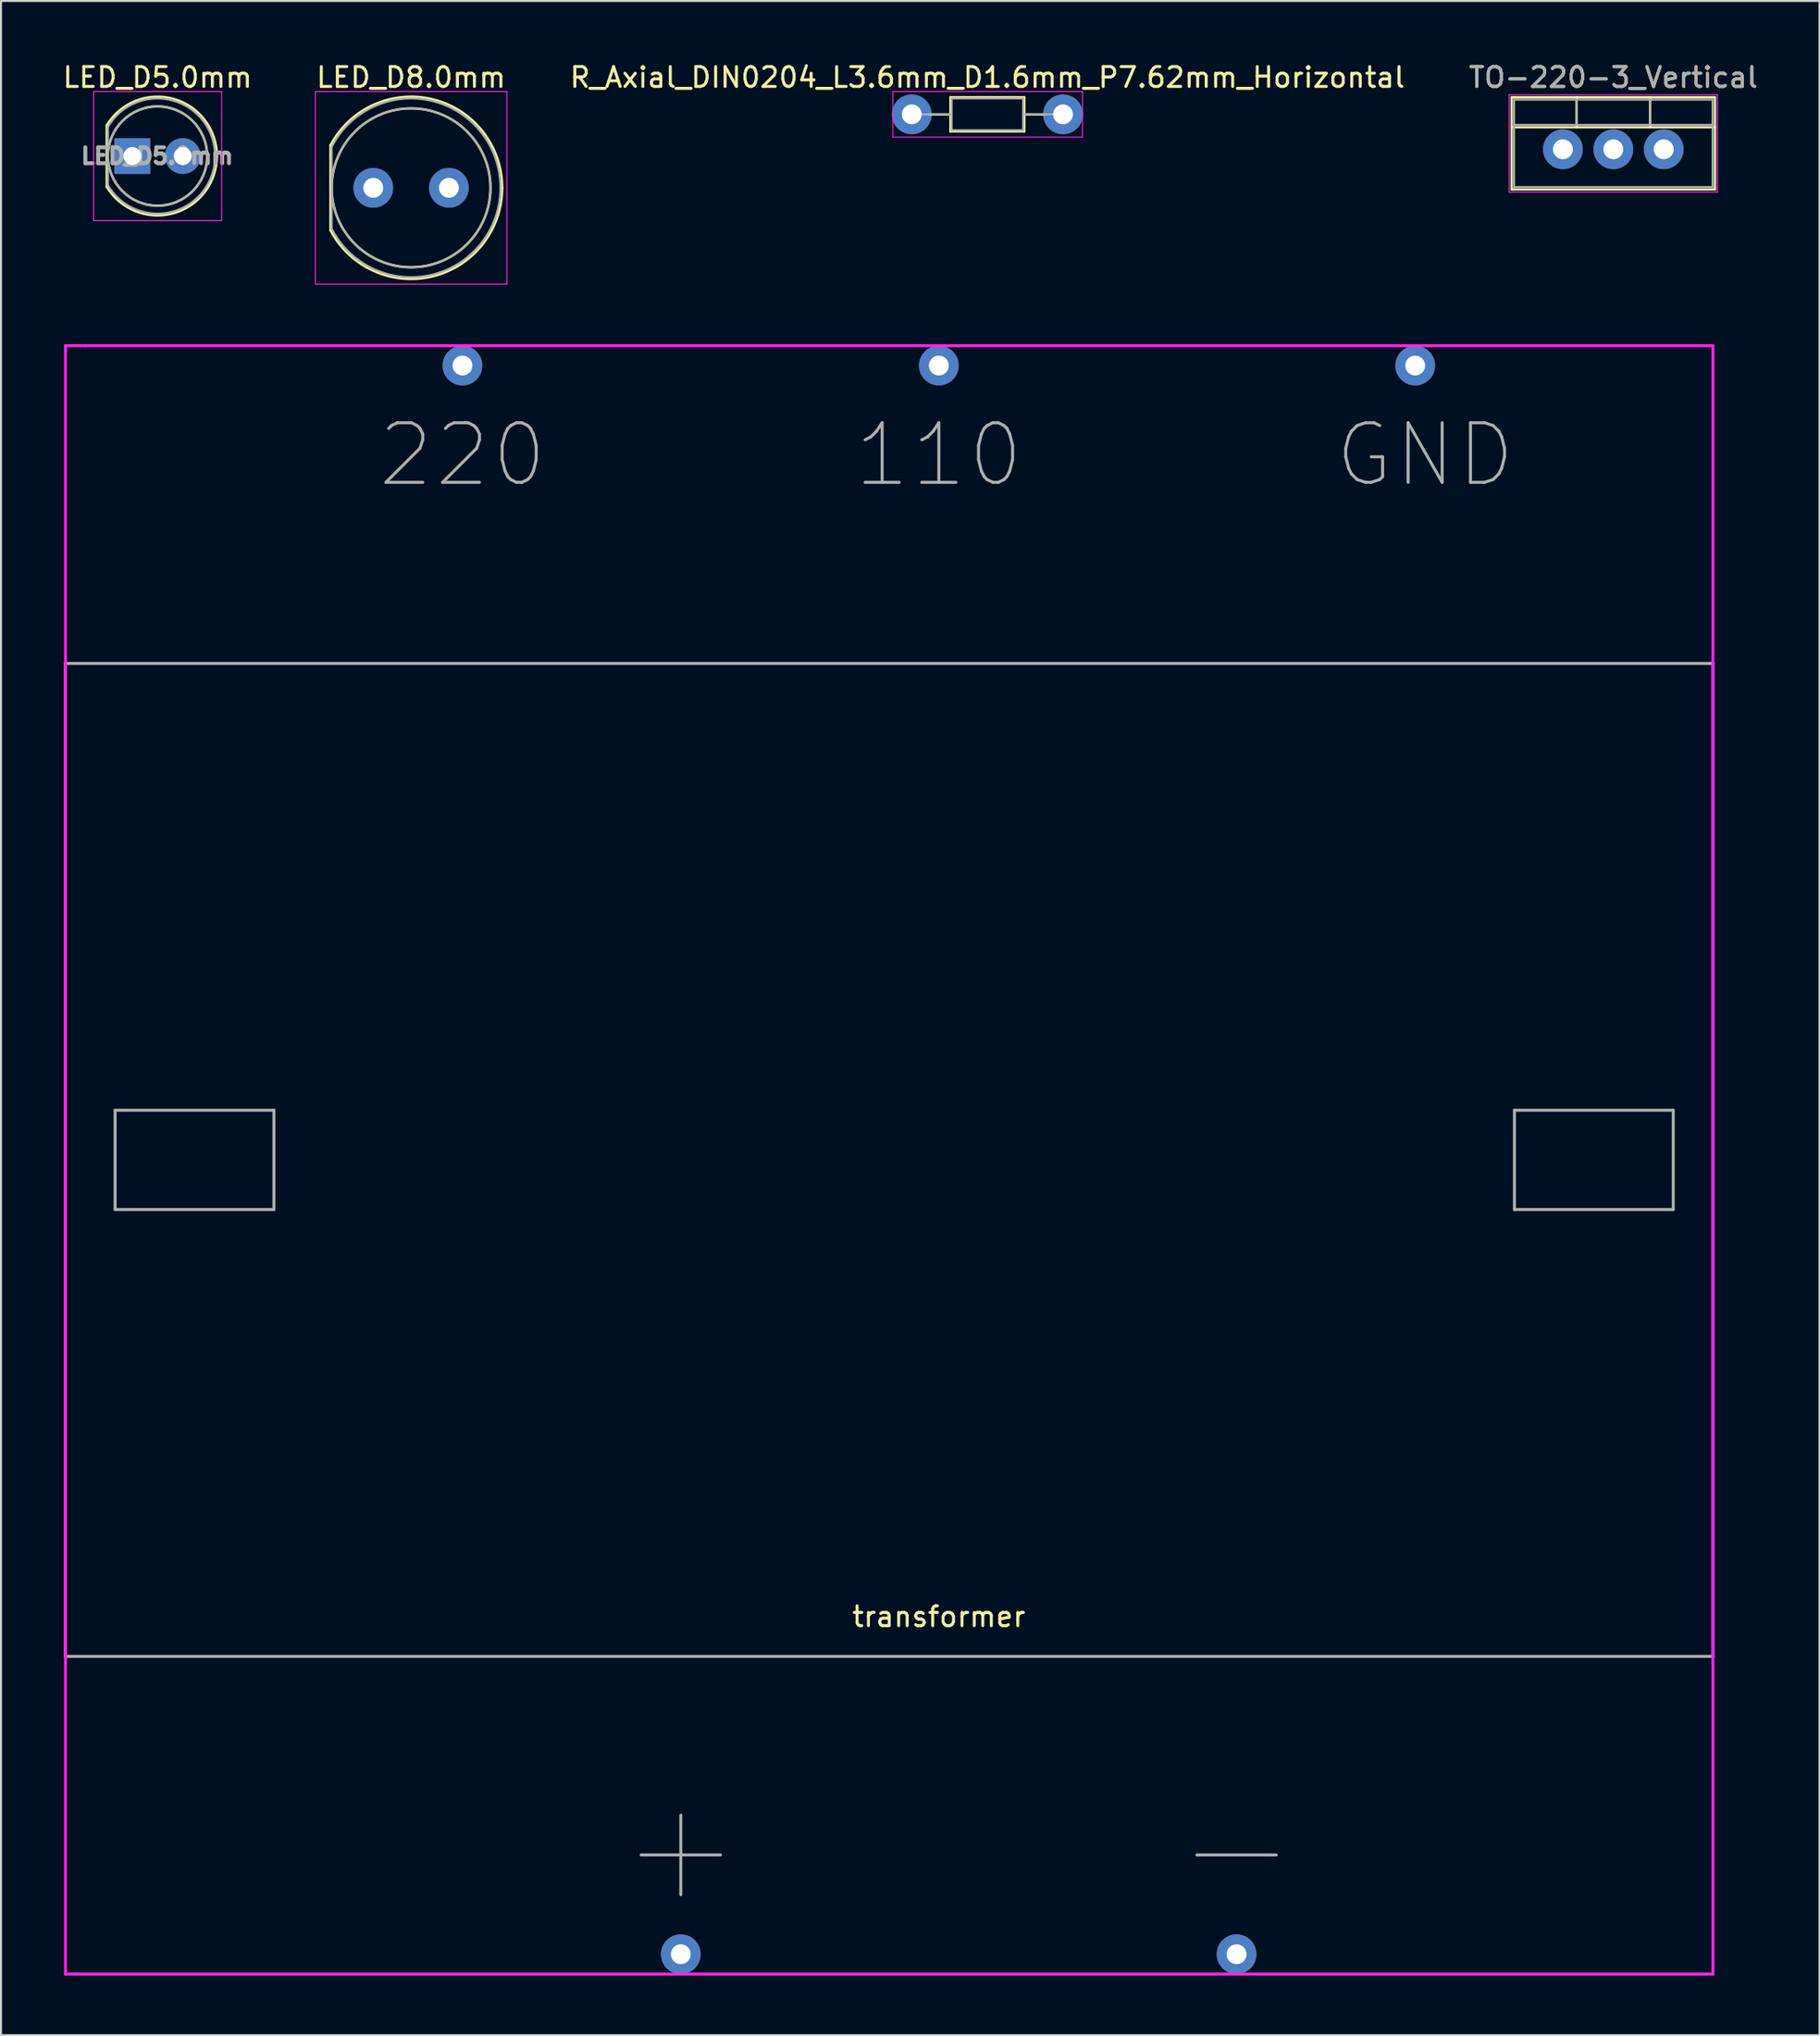
<source format=kicad_pcb>
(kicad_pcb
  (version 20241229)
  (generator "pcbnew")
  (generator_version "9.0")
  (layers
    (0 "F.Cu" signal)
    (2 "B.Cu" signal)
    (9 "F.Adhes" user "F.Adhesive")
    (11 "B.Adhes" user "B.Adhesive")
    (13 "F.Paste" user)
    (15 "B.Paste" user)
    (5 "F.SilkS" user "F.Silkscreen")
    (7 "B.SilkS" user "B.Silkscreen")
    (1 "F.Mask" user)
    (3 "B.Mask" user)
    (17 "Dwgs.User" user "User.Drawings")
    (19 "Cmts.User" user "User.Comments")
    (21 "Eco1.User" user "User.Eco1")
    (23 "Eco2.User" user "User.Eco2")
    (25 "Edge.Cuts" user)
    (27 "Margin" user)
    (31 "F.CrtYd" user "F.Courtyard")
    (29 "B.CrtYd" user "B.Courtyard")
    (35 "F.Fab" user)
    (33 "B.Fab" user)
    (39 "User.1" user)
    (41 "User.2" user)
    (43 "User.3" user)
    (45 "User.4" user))
  (footprint "R_Axial_DIN0204_L3.6mm_D1.6mm_P7.62mm_Horizontal"
    (layer "F.Cu")
    (at 42.886 2.708)
    (property "Reference" "R_Axial_DIN0204_L3.6mm_D1.6mm_P7.62mm_Horizontal" (at 3.81 -1.86 0) (layer "F.SilkS") (effects (font (size 1 1) (thickness 0.15))))
    (attr through_hole)
    (fp_line (start 0.88 0) (end 1.95 0) (stroke (width 0.12) (type solid)) (layer "F.SilkS"))
    (fp_line (start 1.95 -0.86) (end 1.95 0.86) (stroke (width 0.12) (type solid)) (layer "F.SilkS"))
    (fp_line (start 1.95 0.86) (end 5.67 0.86) (stroke (width 0.12) (type solid)) (layer "F.SilkS"))
    (fp_line (start 5.67 -0.86) (end 1.95 -0.86) (stroke (width 0.12) (type solid)) (layer "F.SilkS"))
    (fp_line (start 5.67 0.86) (end 5.67 -0.86) (stroke (width 0.12) (type solid)) (layer "F.SilkS"))
    (fp_line (start 6.74 0) (end 5.67 0) (stroke (width 0.12) (type solid)) (layer "F.SilkS"))
    (fp_line (start -0.95 -1.15) (end -0.95 1.15) (stroke (width 0.05) (type solid)) (layer "F.CrtYd"))
    (fp_line (start -0.95 1.15) (end 8.6 1.15) (stroke (width 0.05) (type solid)) (layer "F.CrtYd"))
    (fp_line (start 8.6 -1.15) (end -0.95 -1.15) (stroke (width 0.05) (type solid)) (layer "F.CrtYd"))
    (fp_line (start 8.6 1.15) (end 8.6 -1.15) (stroke (width 0.05) (type solid)) (layer "F.CrtYd"))
    (fp_line (start 0 0) (end 2.01 0) (stroke (width 0.1) (type solid)) (layer "F.Fab"))
    (fp_line (start 2.01 -0.8) (end 2.01 0.8) (stroke (width 0.1) (type solid)) (layer "F.Fab"))
    (fp_line (start 2.01 0.8) (end 5.61 0.8) (stroke (width 0.1) (type solid)) (layer "F.Fab"))
    (fp_line (start 5.61 -0.8) (end 2.01 -0.8) (stroke (width 0.1) (type solid)) (layer "F.Fab"))
    (fp_line (start 5.61 0.8) (end 5.61 -0.8) (stroke (width 0.1) (type solid)) (layer "F.Fab"))
    (fp_line (start 7.62 0) (end 5.61 0) (stroke (width 0.1) (type solid)) (layer "F.Fab"))
    (pad "1" thru_hole circle (at 0 0) (size 2 2) (drill 1) (layers "*.Cu" "*.Mask"))
    (pad "2" thru_hole circle (at 7.62 0) (size 2 2) (drill 1) (layers "*.Cu" "*.Mask")))
  (footprint "transformer"
    (layer "F.Cu")
    (at 0.25 55.358)
    (property "Reference" "transformer" (at 44 23 0) (layer "F.SilkS") (effects (font (size 1 1) (thickness 0.15))))
    (attr through_hole)
    (fp_line (start 0 -41) (end 0 41) (stroke (width 0.15) (type solid)) (layer "F.CrtYd"))
    (fp_line (start 0 41) (end 0.5 41) (stroke (width 0.15) (type solid)) (layer "F.CrtYd"))
    (fp_line (start 1 -41) (end 0 -41) (stroke (width 0.15) (type solid)) (layer "F.CrtYd"))
    (fp_line (start 1 -41) (end 83 -41) (stroke (width 0.15) (type solid)) (layer "F.CrtYd"))
    (fp_line (start 83 41) (end 0.5 41) (stroke (width 0.15) (type solid)) (layer "F.CrtYd"))
    (fp_line (start 83 41) (end 83 -41) (stroke (width 0.15) (type solid)) (layer "F.CrtYd"))
    (fp_line (start 0 -25) (end 83 -25) (stroke (width 0.15) (type solid)) (layer "F.Fab"))
    (fp_line (start 0 25) (end 0 -25) (stroke (width 0.15) (type solid)) (layer "F.Fab"))
    (fp_line (start 0 25) (end 83 25) (stroke (width 0.15) (type solid)) (layer "F.Fab"))
    (fp_line (start 2.5 -2.5) (end 2.5 2.5) (stroke (width 0.15) (type solid)) (layer "F.Fab"))
    (fp_line (start 2.5 -2.5) (end 10.5 -2.5) (stroke (width 0.15) (type solid)) (layer "F.Fab"))
    (fp_line (start 2.5 2.5) (end 10.5 2.5) (stroke (width 0.15) (type solid)) (layer "F.Fab"))
    (fp_line (start 10.5 2.5) (end 10.5 -2.5) (stroke (width 0.15) (type solid)) (layer "F.Fab"))
    (fp_line (start 29 35) (end 33 35) (stroke (width 0.15) (type solid)) (layer "F.Fab"))
    (fp_line (start 31 37) (end 31 33) (stroke (width 0.15) (type solid)) (layer "F.Fab"))
    (fp_line (start 57 35) (end 61 35) (stroke (width 0.15) (type solid)) (layer "F.Fab"))
    (fp_line (start 73 -2.5) (end 73 2.5) (stroke (width 0.15) (type solid)) (layer "F.Fab"))
    (fp_line (start 81 -2.5) (end 73 -2.5) (stroke (width 0.15) (type solid)) (layer "F.Fab"))
    (fp_line (start 81 -2.5) (end 81 2.5) (stroke (width 0.15) (type solid)) (layer "F.Fab"))
    (fp_line (start 81 2.5) (end 73 2.5) (stroke (width 0.15) (type solid)) (layer "F.Fab"))
    (fp_line (start 83 -25) (end 83 25) (stroke (width 0.15) (type solid)) (layer "F.Fab"))
    (fp_text user "GND" (at 68.5 -35.5 0) (layer "F.Fab") (effects (font (size 3 3) (thickness 0.15))))
    (fp_text user "220" (at 20 -35.5 0) (layer "F.Fab") (effects (font (size 3 3) (thickness 0.15))))
    (fp_text user "110" (at 44 -35.5 0) (layer "F.Fab") (effects (font (size 3 3) (thickness 0.15))))
    (pad "1" thru_hole circle (at 59 40) (size 2 2) (drill 1) (layers "*.Cu" "*.Mask"))
    (pad "2" thru_hole circle (at 31 40) (size 2 2) (drill 1) (layers "*.Cu" "*.Mask"))
    (pad "3" thru_hole circle (at 20 -40) (size 2 2) (drill 1) (layers "*.Cu" "*.Mask"))
    (pad "4" thru_hole circle (at 44 -40) (size 2 2) (drill 1) (layers "*.Cu" "*.Mask"))
    (pad "5" thru_hole circle (at 68 -40) (size 2 2) (drill 1) (layers "*.Cu" "*.Mask")))
  (footprint "TO-220-3_Vertical"
    (layer "F.Cu")
    (at 75.692 4.468)
    (property "Reference" "TO-220-3_Vertical" (at 2.54 -3.62 0) (layer "F.SilkS") (effects (font (size 1 1) (thickness 0.15))))
    (attr through_hole)
    (fp_line (start -2.58 -2.62) (end -2.58 2.021) (stroke (width 0.12) (type solid)) (layer "F.SilkS"))
    (fp_line (start -2.58 -2.62) (end 7.66 -2.62) (stroke (width 0.12) (type solid)) (layer "F.SilkS"))
    (fp_line (start -2.58 -1.11) (end 7.66 -1.11) (stroke (width 0.12) (type solid)) (layer "F.SilkS"))
    (fp_line (start -2.58 2.021) (end 7.66 2.021) (stroke (width 0.12) (type solid)) (layer "F.SilkS"))
    (fp_line (start 0.69 -2.62) (end 0.69 -1.11) (stroke (width 0.12) (type solid)) (layer "F.SilkS"))
    (fp_line (start 4.391 -2.62) (end 4.391 -1.11) (stroke (width 0.12) (type solid)) (layer "F.SilkS"))
    (fp_line (start 7.66 -2.62) (end 7.66 2.021) (stroke (width 0.12) (type solid)) (layer "F.SilkS"))
    (fp_line (start -2.71 -2.75) (end -2.71 2.16) (stroke (width 0.05) (type solid)) (layer "F.CrtYd"))
    (fp_line (start -2.71 2.16) (end 7.79 2.16) (stroke (width 0.05) (type solid)) (layer "F.CrtYd"))
    (fp_line (start 7.79 -2.75) (end -2.71 -2.75) (stroke (width 0.05) (type solid)) (layer "F.CrtYd"))
    (fp_line (start 7.79 2.16) (end 7.79 -2.75) (stroke (width 0.05) (type solid)) (layer "F.CrtYd"))
    (fp_line (start -2.46 -2.5) (end -2.46 1.9) (stroke (width 0.1) (type solid)) (layer "F.Fab"))
    (fp_line (start -2.46 -1.23) (end 7.54 -1.23) (stroke (width 0.1) (type solid)) (layer "F.Fab"))
    (fp_line (start -2.46 1.9) (end 7.54 1.9) (stroke (width 0.1) (type solid)) (layer "F.Fab"))
    (fp_line (start 0.69 -2.5) (end 0.69 -1.23) (stroke (width 0.1) (type solid)) (layer "F.Fab"))
    (fp_line (start 4.39 -2.5) (end 4.39 -1.23) (stroke (width 0.1) (type solid)) (layer "F.Fab"))
    (fp_line (start 7.54 -2.5) (end -2.46 -2.5) (stroke (width 0.1) (type solid)) (layer "F.Fab"))
    (fp_line (start 7.54 1.9) (end 7.54 -2.5) (stroke (width 0.1) (type solid)) (layer "F.Fab"))
    (fp_text user "${REFERENCE}" (at 2.54 -3.62 0) (layer "F.Fab") (effects (font (size 1 1) (thickness 0.15))))
    (pad "1" thru_hole circle (at 0 0) (size 2 2) (drill 1) (layers "*.Cu" "*.Mask"))
    (pad "2" thru_hole circle (at 2.54 0) (size 2 2) (drill 1) (layers "*.Cu" "*.Mask"))
    (pad "3" thru_hole circle (at 5.08 0) (size 2 2) (drill 1) (layers "*.Cu" "*.Mask")))
  (footprint "LED_D8.0mm"
    (layer "F.Cu")
    (at 16.391 6.408)
    (property "Reference" "LED_D8.0mm" (at 1.27 -5.56 0) (layer "F.SilkS") (effects (font (size 1 1) (thickness 0.15))))
    (attr through_hole)
    (fp_line (start -2.79 -2.142) (end -2.79 2.142) (stroke (width 0.12) (type solid)) (layer "F.SilkS"))
    (fp_arc (start -2.79 -2.141145) (mid 2.373119 -4.455472) (end 5.86 0.000486) (stroke (width 0.12) (type solid)) (layer "F.SilkS"))
    (fp_arc (start 5.86 -0.000486) (mid 2.373119 4.455472) (end -2.79 2.141145) (stroke (width 0.12) (type solid)) (layer "F.SilkS"))
    (fp_circle (center 1.27 0) (end 5.27 0) (stroke (width 0.12) (type solid)) (fill no) (layer "F.SilkS"))
    (fp_line (start -3.55 -4.85) (end -3.55 4.85) (stroke (width 0.05) (type solid)) (layer "F.CrtYd"))
    (fp_line (start -3.55 4.85) (end 6.1 4.85) (stroke (width 0.05) (type solid)) (layer "F.CrtYd"))
    (fp_line (start 6.1 -4.85) (end -3.55 -4.85) (stroke (width 0.05) (type solid)) (layer "F.CrtYd"))
    (fp_line (start 6.1 4.85) (end 6.1 -4.85) (stroke (width 0.05) (type solid)) (layer "F.CrtYd"))
    (fp_line (start -2.73 -2.062) (end -2.73 2.062) (stroke (width 0.1) (type solid)) (layer "F.Fab"))
    (fp_arc (start -2.73 -2.061553) (mid 5.77 0.00126) (end -2.731154 2.059312) (stroke (width 0.1) (type solid)) (layer "F.Fab"))
    (fp_circle (center 1.27 0) (end 5.27 0) (stroke (width 0.1) (type solid)) (fill no) (layer "F.Fab"))
    (pad "1" thru_hole circle (at -0.635 0) (size 2 2) (drill 1) (layers "*.Cu" "*.Mask"))
    (pad "2" thru_hole circle (at 3.175 0) (size 2 2) (drill 1) (layers "*.Cu" "*.Mask")))
  (footprint "LED_D5.0mm"
    (layer "F.Cu")
    (at 3.617 4.808)
    (property "Reference" "LED_D5.0mm" (at 1.27 -3.96 0) (layer "F.SilkS") (effects (font (size 1 1) (thickness 0.15))))
    (attr through_hole)
    (fp_line (start -1.29 -1.545) (end -1.29 1.545) (stroke (width 0.12) (type solid)) (layer "F.SilkS"))
    (fp_arc (start -1.29 -1.54483) (mid 2.072002 -2.880433) (end 4.26 0.000462) (stroke (width 0.12) (type solid)) (layer "F.SilkS"))
    (fp_arc (start 4.26 -0.000462) (mid 2.072002 2.880433) (end -1.29 1.54483) (stroke (width 0.12) (type solid)) (layer "F.SilkS"))
    (fp_circle (center 1.27 0) (end 3.77 0) (stroke (width 0.12) (type solid)) (fill no) (layer "F.SilkS"))
    (fp_line (start -1.95 -3.25) (end -1.95 3.25) (stroke (width 0.05) (type solid)) (layer "F.CrtYd"))
    (fp_line (start -1.95 3.25) (end 4.5 3.25) (stroke (width 0.05) (type solid)) (layer "F.CrtYd"))
    (fp_line (start 4.5 -3.25) (end -1.95 -3.25) (stroke (width 0.05) (type solid)) (layer "F.CrtYd"))
    (fp_line (start 4.5 3.25) (end 4.5 -3.25) (stroke (width 0.05) (type solid)) (layer "F.CrtYd"))
    (fp_line (start -1.23 -1.47) (end -1.23 1.47) (stroke (width 0.1) (type solid)) (layer "F.Fab"))
    (fp_arc (start -1.23 -1.469694) (mid 4.17 0.000016) (end -1.230016 1.469666) (stroke (width 0.1) (type solid)) (layer "F.Fab"))
    (fp_circle (center 1.27 0) (end 3.77 0) (stroke (width 0.1) (type solid)) (fill no) (layer "F.Fab"))
    (fp_text user "${REFERENCE}" (at 1.25 0 0) (layer "F.Fab") (effects (font (size 0.8 0.8) (thickness 0.2))))
    (pad "1" thru_hole rect (at 0 0) (size 1.8 1.8) (drill 0.9) (layers "*.Cu" "*.Mask"))
    (pad "2" thru_hole circle (at 2.54 0) (size 1.8 1.8) (drill 0.9) (layers "*.Cu" "*.Mask")))
  (gr_rect
    (start -3 -3)
    (end 88.619 99.433)
    (stroke (width 0.1) (type default))
    (fill no)
    (layer "Edge.Cuts")))
</source>
